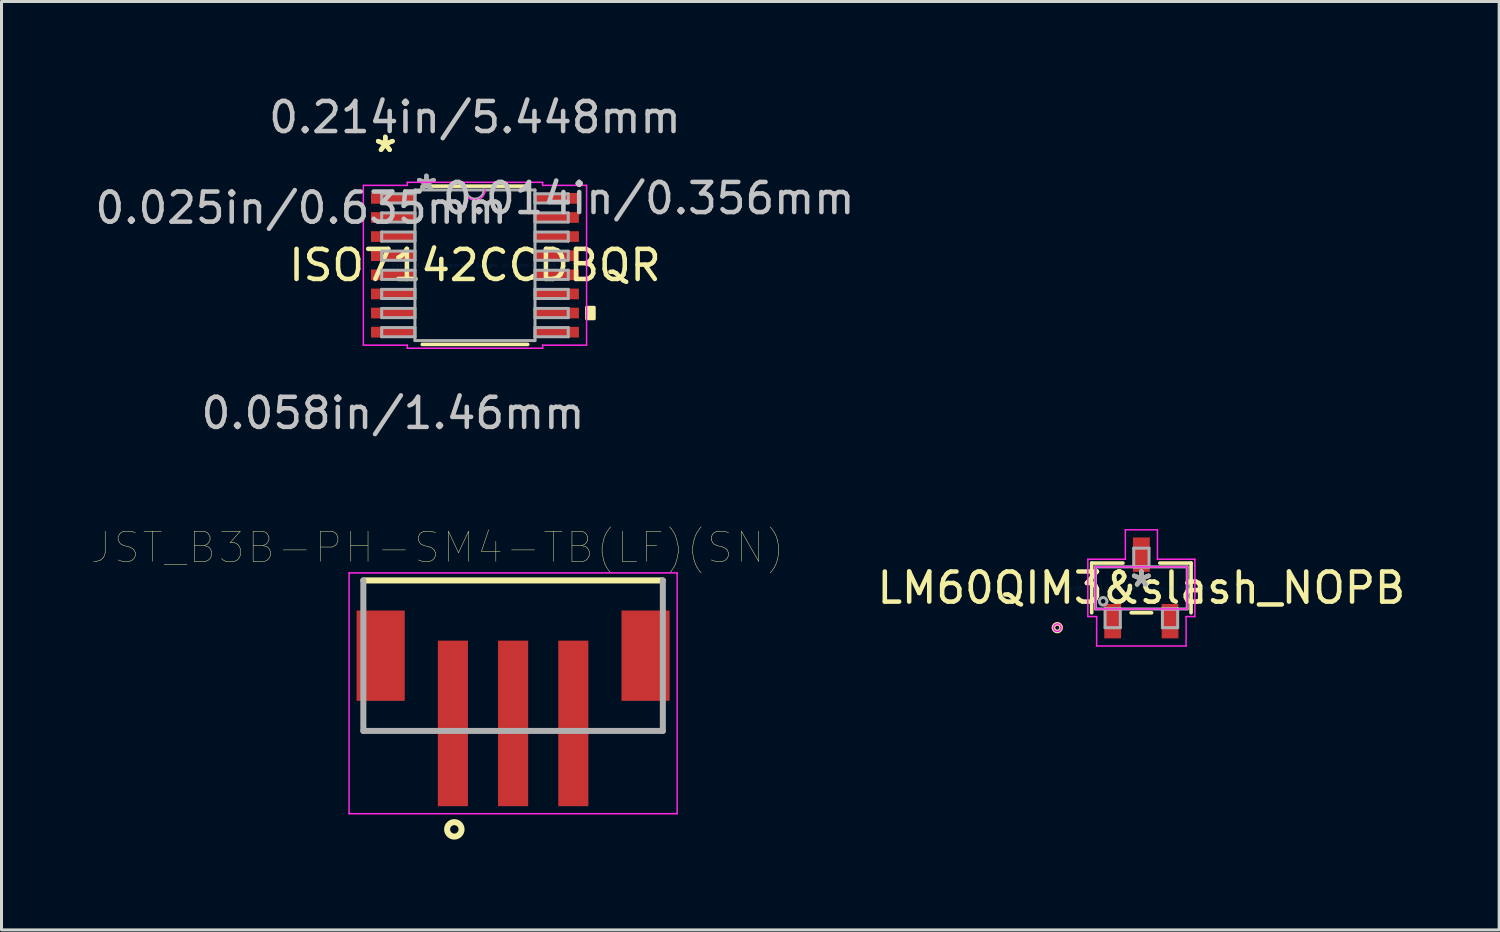
<source format=kicad_pcb>
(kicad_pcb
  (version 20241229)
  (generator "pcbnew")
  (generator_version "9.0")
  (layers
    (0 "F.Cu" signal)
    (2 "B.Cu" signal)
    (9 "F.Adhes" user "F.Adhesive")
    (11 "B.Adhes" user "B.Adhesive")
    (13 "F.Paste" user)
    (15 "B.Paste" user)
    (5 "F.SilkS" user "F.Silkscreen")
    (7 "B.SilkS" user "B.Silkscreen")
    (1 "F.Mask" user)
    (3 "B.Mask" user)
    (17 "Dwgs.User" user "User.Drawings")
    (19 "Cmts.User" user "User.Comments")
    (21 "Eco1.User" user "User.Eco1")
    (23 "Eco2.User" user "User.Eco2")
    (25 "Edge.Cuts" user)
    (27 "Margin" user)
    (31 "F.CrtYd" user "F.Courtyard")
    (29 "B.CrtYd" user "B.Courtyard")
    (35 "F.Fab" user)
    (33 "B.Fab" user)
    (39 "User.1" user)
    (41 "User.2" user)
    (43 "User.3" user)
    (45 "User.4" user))
  (footprint "ISO7142CCDBQR"
    (layer "F.Cu")
    (at 12.73 5.763)
    (property "Reference" "ISO7142CCDBQR" (at 0 0 0) (layer "F.SilkS") (effects (font (size 1 1) (thickness 0.15))))
    (attr through_hole)
    (fp_line (start -1.752 2.629) (end 1.752 2.629) (stroke (width 0.12) (type solid)) (layer "F.SilkS"))
    (fp_line (start 1.752 -2.629) (end -1.752 -2.629) (stroke (width 0.12) (type solid)) (layer "F.SilkS"))
    (fp_poly (pts (xy 3.962 1.397) (xy 3.962 1.778) (xy 3.708 1.778) (xy 3.708 1.397)) (stroke (width 0.1) (type solid)) (fill yes) (layer "F.SilkS"))
    (fp_line (start -3.708 -2.654) (end -2.248 -2.654) (stroke (width 0.05) (type solid)) (layer "F.CrtYd"))
    (fp_line (start -3.708 2.654) (end -3.708 -2.654) (stroke (width 0.05) (type solid)) (layer "F.CrtYd"))
    (fp_line (start -2.248 -2.756) (end 2.248 -2.756) (stroke (width 0.05) (type solid)) (layer "F.CrtYd"))
    (fp_line (start -2.248 -2.654) (end -2.248 -2.756) (stroke (width 0.05) (type solid)) (layer "F.CrtYd"))
    (fp_line (start -2.248 2.654) (end -3.708 2.654) (stroke (width 0.05) (type solid)) (layer "F.CrtYd"))
    (fp_line (start -2.248 2.756) (end -2.248 2.654) (stroke (width 0.05) (type solid)) (layer "F.CrtYd"))
    (fp_line (start 2.248 -2.756) (end 2.248 -2.654) (stroke (width 0.05) (type solid)) (layer "F.CrtYd"))
    (fp_line (start 2.248 -2.654) (end 3.708 -2.654) (stroke (width 0.05) (type solid)) (layer "F.CrtYd"))
    (fp_line (start 2.248 2.654) (end 2.248 2.756) (stroke (width 0.05) (type solid)) (layer "F.CrtYd"))
    (fp_line (start 2.248 2.756) (end -2.248 2.756) (stroke (width 0.05) (type solid)) (layer "F.CrtYd"))
    (fp_line (start 3.708 -2.654) (end 3.708 2.654) (stroke (width 0.05) (type solid)) (layer "F.CrtYd"))
    (fp_line (start 3.708 2.654) (end 2.248 2.654) (stroke (width 0.05) (type solid)) (layer "F.CrtYd"))
    (fp_arc (start 0.332317 -2.5019) (mid 0 -2.169583) (end -0.332317 -2.5019) (stroke (width 0.05) (type solid)) (layer "F.CrtYd"))
    (fp_line (start -3.099 -2.375) (end -3.099 -2.07) (stroke (width 0.1) (type solid)) (layer "F.Fab"))
    (fp_line (start -3.099 -2.07) (end -1.994 -2.07) (stroke (width 0.1) (type solid)) (layer "F.Fab"))
    (fp_line (start -3.099 -1.74) (end -3.099 -1.435) (stroke (width 0.1) (type solid)) (layer "F.Fab"))
    (fp_line (start -3.099 -1.435) (end -1.994 -1.435) (stroke (width 0.1) (type solid)) (layer "F.Fab"))
    (fp_line (start -3.099 -1.105) (end -3.099 -0.8) (stroke (width 0.1) (type solid)) (layer "F.Fab"))
    (fp_line (start -3.099 -0.8) (end -1.994 -0.8) (stroke (width 0.1) (type solid)) (layer "F.Fab"))
    (fp_line (start -3.099 -0.47) (end -3.099 -0.165) (stroke (width 0.1) (type solid)) (layer "F.Fab"))
    (fp_line (start -3.099 -0.165) (end -1.994 -0.165) (stroke (width 0.1) (type solid)) (layer "F.Fab"))
    (fp_line (start -3.099 0.165) (end -3.099 0.47) (stroke (width 0.1) (type solid)) (layer "F.Fab"))
    (fp_line (start -3.099 0.47) (end -1.994 0.47) (stroke (width 0.1) (type solid)) (layer "F.Fab"))
    (fp_line (start -3.099 0.8) (end -3.099 1.105) (stroke (width 0.1) (type solid)) (layer "F.Fab"))
    (fp_line (start -3.099 1.105) (end -1.994 1.105) (stroke (width 0.1) (type solid)) (layer "F.Fab"))
    (fp_line (start -3.099 1.435) (end -3.099 1.74) (stroke (width 0.1) (type solid)) (layer "F.Fab"))
    (fp_line (start -3.099 1.74) (end -1.994 1.74) (stroke (width 0.1) (type solid)) (layer "F.Fab"))
    (fp_line (start -3.099 2.07) (end -3.099 2.375) (stroke (width 0.1) (type solid)) (layer "F.Fab"))
    (fp_line (start -3.099 2.375) (end -1.994 2.375) (stroke (width 0.1) (type solid)) (layer "F.Fab"))
    (fp_line (start -1.994 -2.502) (end -1.994 2.502) (stroke (width 0.1) (type solid)) (layer "F.Fab"))
    (fp_line (start -1.994 -2.375) (end -3.099 -2.375) (stroke (width 0.1) (type solid)) (layer "F.Fab"))
    (fp_line (start -1.994 -2.07) (end -1.994 -2.375) (stroke (width 0.1) (type solid)) (layer "F.Fab"))
    (fp_line (start -1.994 -1.74) (end -3.099 -1.74) (stroke (width 0.1) (type solid)) (layer "F.Fab"))
    (fp_line (start -1.994 -1.435) (end -1.994 -1.74) (stroke (width 0.1) (type solid)) (layer "F.Fab"))
    (fp_line (start -1.994 -1.105) (end -3.099 -1.105) (stroke (width 0.1) (type solid)) (layer "F.Fab"))
    (fp_line (start -1.994 -0.8) (end -1.994 -1.105) (stroke (width 0.1) (type solid)) (layer "F.Fab"))
    (fp_line (start -1.994 -0.47) (end -3.099 -0.47) (stroke (width 0.1) (type solid)) (layer "F.Fab"))
    (fp_line (start -1.994 -0.165) (end -1.994 -0.47) (stroke (width 0.1) (type solid)) (layer "F.Fab"))
    (fp_line (start -1.994 0.165) (end -3.099 0.165) (stroke (width 0.1) (type solid)) (layer "F.Fab"))
    (fp_line (start -1.994 0.47) (end -1.994 0.165) (stroke (width 0.1) (type solid)) (layer "F.Fab"))
    (fp_line (start -1.994 0.8) (end -3.099 0.8) (stroke (width 0.1) (type solid)) (layer "F.Fab"))
    (fp_line (start -1.994 1.105) (end -1.994 0.8) (stroke (width 0.1) (type solid)) (layer "F.Fab"))
    (fp_line (start -1.994 1.435) (end -3.099 1.435) (stroke (width 0.1) (type solid)) (layer "F.Fab"))
    (fp_line (start -1.994 1.74) (end -1.994 1.435) (stroke (width 0.1) (type solid)) (layer "F.Fab"))
    (fp_line (start -1.994 2.07) (end -3.099 2.07) (stroke (width 0.1) (type solid)) (layer "F.Fab"))
    (fp_line (start -1.994 2.375) (end -1.994 2.07) (stroke (width 0.1) (type solid)) (layer "F.Fab"))
    (fp_line (start -1.994 2.502) (end 1.994 2.502) (stroke (width 0.1) (type solid)) (layer "F.Fab"))
    (fp_line (start 1.994 -2.502) (end -1.994 -2.502) (stroke (width 0.1) (type solid)) (layer "F.Fab"))
    (fp_line (start 1.994 -2.375) (end 1.994 -2.07) (stroke (width 0.1) (type solid)) (layer "F.Fab"))
    (fp_line (start 1.994 -2.07) (end 3.099 -2.07) (stroke (width 0.1) (type solid)) (layer "F.Fab"))
    (fp_line (start 1.994 -1.74) (end 1.994 -1.435) (stroke (width 0.1) (type solid)) (layer "F.Fab"))
    (fp_line (start 1.994 -1.435) (end 3.099 -1.435) (stroke (width 0.1) (type solid)) (layer "F.Fab"))
    (fp_line (start 1.994 -1.105) (end 1.994 -0.8) (stroke (width 0.1) (type solid)) (layer "F.Fab"))
    (fp_line (start 1.994 -0.8) (end 3.099 -0.8) (stroke (width 0.1) (type solid)) (layer "F.Fab"))
    (fp_line (start 1.994 -0.47) (end 1.994 -0.165) (stroke (width 0.1) (type solid)) (layer "F.Fab"))
    (fp_line (start 1.994 -0.165) (end 3.099 -0.165) (stroke (width 0.1) (type solid)) (layer "F.Fab"))
    (fp_line (start 1.994 0.165) (end 1.994 0.47) (stroke (width 0.1) (type solid)) (layer "F.Fab"))
    (fp_line (start 1.994 0.47) (end 3.099 0.47) (stroke (width 0.1) (type solid)) (layer "F.Fab"))
    (fp_line (start 1.994 0.8) (end 1.994 1.105) (stroke (width 0.1) (type solid)) (layer "F.Fab"))
    (fp_line (start 1.994 1.105) (end 3.099 1.105) (stroke (width 0.1) (type solid)) (layer "F.Fab"))
    (fp_line (start 1.994 1.435) (end 1.994 1.74) (stroke (width 0.1) (type solid)) (layer "F.Fab"))
    (fp_line (start 1.994 1.74) (end 3.099 1.74) (stroke (width 0.1) (type solid)) (layer "F.Fab"))
    (fp_line (start 1.994 2.07) (end 1.994 2.375) (stroke (width 0.1) (type solid)) (layer "F.Fab"))
    (fp_line (start 1.994 2.375) (end 3.099 2.375) (stroke (width 0.1) (type solid)) (layer "F.Fab"))
    (fp_line (start 1.994 2.502) (end 1.994 -2.502) (stroke (width 0.1) (type solid)) (layer "F.Fab"))
    (fp_line (start 3.099 -2.375) (end 1.994 -2.375) (stroke (width 0.1) (type solid)) (layer "F.Fab"))
    (fp_line (start 3.099 -2.07) (end 3.099 -2.375) (stroke (width 0.1) (type solid)) (layer "F.Fab"))
    (fp_line (start 3.099 -1.74) (end 1.994 -1.74) (stroke (width 0.1) (type solid)) (layer "F.Fab"))
    (fp_line (start 3.099 -1.435) (end 3.099 -1.74) (stroke (width 0.1) (type solid)) (layer "F.Fab"))
    (fp_line (start 3.099 -1.105) (end 1.994 -1.105) (stroke (width 0.1) (type solid)) (layer "F.Fab"))
    (fp_line (start 3.099 -0.8) (end 3.099 -1.105) (stroke (width 0.1) (type solid)) (layer "F.Fab"))
    (fp_line (start 3.099 -0.47) (end 1.994 -0.47) (stroke (width 0.1) (type solid)) (layer "F.Fab"))
    (fp_line (start 3.099 -0.165) (end 3.099 -0.47) (stroke (width 0.1) (type solid)) (layer "F.Fab"))
    (fp_line (start 3.099 0.165) (end 1.994 0.165) (stroke (width 0.1) (type solid)) (layer "F.Fab"))
    (fp_line (start 3.099 0.47) (end 3.099 0.165) (stroke (width 0.1) (type solid)) (layer "F.Fab"))
    (fp_line (start 3.099 0.8) (end 1.994 0.8) (stroke (width 0.1) (type solid)) (layer "F.Fab"))
    (fp_line (start 3.099 1.105) (end 3.099 0.8) (stroke (width 0.1) (type solid)) (layer "F.Fab"))
    (fp_line (start 3.099 1.435) (end 1.994 1.435) (stroke (width 0.1) (type solid)) (layer "F.Fab"))
    (fp_line (start 3.099 1.74) (end 3.099 1.435) (stroke (width 0.1) (type solid)) (layer "F.Fab"))
    (fp_line (start 3.099 2.07) (end 1.994 2.07) (stroke (width 0.1) (type solid)) (layer "F.Fab"))
    (fp_line (start 3.099 2.375) (end 3.099 2.07) (stroke (width 0.1) (type solid)) (layer "F.Fab"))
    (fp_arc (start 0.3048 -2.5019) (mid 0 -2.1971) (end -0.3048 -2.5019) (stroke (width 0.1) (type solid)) (layer "F.Fab"))
    (fp_text user "*" (at -2.978 -3.721 0) (layer "F.SilkS") (effects (font (size 1 1) (thickness 0.15))))
    (fp_text user "*" (at -2.978 -3.721 0) (layer "F.SilkS") (effects (font (size 1 1) (thickness 0.15))))
    (fp_text user "0.025in/0.635mm" (at -5.772 -1.905 0) (layer "Dwgs.User") (effects (font (size 1 1) (thickness 0.15))))
    (fp_text user "0.058in/1.46mm" (at -2.724 4.915 0) (layer "Dwgs.User") (effects (font (size 1 1) (thickness 0.15))))
    (fp_text user "0.014in/0.356mm" (at 5.772 -2.223 0) (layer "Dwgs.User") (effects (font (size 1 1) (thickness 0.15))))
    (fp_text user "0.214in/5.448mm" (at 0 -4.915 0) (layer "Dwgs.User") (effects (font (size 1 1) (thickness 0.15))))
    (fp_text user "Copyright 2021 Accelerated Designs. All rights reserved." (at 0 0 0) (layer "Cmts.User") (effects (font (size 0.127 0.127) (thickness 0.002))))
    (fp_text user "*" (at -1.613 -2.426 0) (layer "F.Fab") (effects (font (size 1 1) (thickness 0.15))))
    (fp_text user "*" (at -1.613 -2.426 0) (layer "F.Fab") (effects (font (size 1 1) (thickness 0.15))))
    (pad "1" smd rect (at -2.724 -2.223) (size 1.46 0.356) (layers "F.Cu" "F.Mask" "F.Paste"))
    (pad "2" smd rect (at -2.724 -1.587) (size 1.46 0.356) (layers "F.Cu" "F.Mask" "F.Paste"))
    (pad "3" smd rect (at -2.724 -0.953) (size 1.46 0.356) (layers "F.Cu" "F.Mask" "F.Paste"))
    (pad "4" smd rect (at -2.724 -0.318) (size 1.46 0.356) (layers "F.Cu" "F.Mask" "F.Paste"))
    (pad "5" smd rect (at -2.724 0.318) (size 1.46 0.356) (layers "F.Cu" "F.Mask" "F.Paste"))
    (pad "6" smd rect (at -2.724 0.953) (size 1.46 0.356) (layers "F.Cu" "F.Mask" "F.Paste"))
    (pad "7" smd rect (at -2.724 1.587) (size 1.46 0.356) (layers "F.Cu" "F.Mask" "F.Paste"))
    (pad "8" smd rect (at -2.724 2.223) (size 1.46 0.356) (layers "F.Cu" "F.Mask" "F.Paste"))
    (pad "9" smd rect (at 2.724 2.223) (size 1.46 0.356) (layers "F.Cu" "F.Mask" "F.Paste"))
    (pad "10" smd rect (at 2.724 1.587) (size 1.46 0.356) (layers "F.Cu" "F.Mask" "F.Paste"))
    (pad "11" smd rect (at 2.724 0.953) (size 1.46 0.356) (layers "F.Cu" "F.Mask" "F.Paste"))
    (pad "12" smd rect (at 2.724 0.318) (size 1.46 0.356) (layers "F.Cu" "F.Mask" "F.Paste"))
    (pad "13" smd rect (at 2.724 -0.318) (size 1.46 0.356) (layers "F.Cu" "F.Mask" "F.Paste"))
    (pad "14" smd rect (at 2.724 -0.953) (size 1.46 0.356) (layers "F.Cu" "F.Mask" "F.Paste"))
    (pad "15" smd rect (at 2.724 -1.587) (size 1.46 0.356) (layers "F.Cu" "F.Mask" "F.Paste"))
    (pad "16" smd rect (at 2.724 -2.223) (size 1.46 0.356) (layers "F.Cu" "F.Mask" "F.Paste")))
  (footprint "JST_B3B-PH-SM4-TB(LF)(SN)"
    (layer "F.Cu")
    (at 13.997 18.734)
    (property "Reference" "JST_B3B-PH-SM4-TB(LF)(SN)" (at -2.506 -3.596 0) (layer "F.SilkS") (effects (font (size 1.002 1.002) (thickness 0.015))))
    (attr through_hole)
    (fp_line (start -4.975 -2.5) (end 4.975 -2.5) (stroke (width 0.2) (type solid)) (layer "F.SilkS"))
    (fp_circle (center -1.953 5.77) (end -1.713 5.77) (stroke (width 0.2) (type solid)) (fill no) (layer "F.SilkS"))
    (fp_line (start -5.45 -2.75) (end 5.45 -2.75) (stroke (width 0.05) (type solid)) (layer "F.CrtYd"))
    (fp_line (start -5.45 5.25) (end -5.45 -2.75) (stroke (width 0.05) (type solid)) (layer "F.CrtYd"))
    (fp_line (start 5.45 -2.75) (end 5.45 5.25) (stroke (width 0.05) (type solid)) (layer "F.CrtYd"))
    (fp_line (start 5.45 5.25) (end -5.45 5.25) (stroke (width 0.05) (type solid)) (layer "F.CrtYd"))
    (fp_line (start -4.975 2.5) (end -4.975 -2.5) (stroke (width 0.2) (type solid)) (layer "F.Fab"))
    (fp_line (start 4.975 -2.5) (end 4.975 2.5) (stroke (width 0.2) (type solid)) (layer "F.Fab"))
    (fp_line (start 4.975 2.5) (end -4.975 2.5) (stroke (width 0.2) (type solid)) (layer "F.Fab"))
    (pad "1" smd rect (at -2 2.25) (size 1 5.5) (layers "F.Cu" "F.Mask" "F.Paste"))
    (pad "2" smd rect (at 0 2.25) (size 1 5.5) (layers "F.Cu" "F.Mask" "F.Paste"))
    (pad "3" smd rect (at 2 2.25) (size 1 5.5) (layers "F.Cu" "F.Mask" "F.Paste"))
    (pad "4" smd rect (at 4.4 0) (size 1.6 3) (layers "F.Cu" "F.Mask" "F.Paste"))
    (pad "5" smd rect (at -4.4 0) (size 1.6 3) (layers "F.Cu" "F.Mask" "F.Paste")))
  (footprint "LM60QIM3&slash_NOPB"
    (layer "F.Cu")
    (at 34.87 16.482)
    (property "Reference" "LM60QIM3&slash_NOPB" (at 0 0 0) (layer "F.SilkS") (effects (font (size 1 1) (thickness 0.15))))
    (attr through_hole)
    (fp_line (start -1.651 -0.826) (end -1.651 0.826) (stroke (width 0.12) (type solid)) (layer "F.SilkS"))
    (fp_line (start -0.612 -0.826) (end -1.651 -0.826) (stroke (width 0.12) (type solid)) (layer "F.SilkS"))
    (fp_line (start -0.34 0.826) (end 0.34 0.826) (stroke (width 0.12) (type solid)) (layer "F.SilkS"))
    (fp_line (start 1.651 -0.826) (end 0.612 -0.826) (stroke (width 0.12) (type solid)) (layer "F.SilkS"))
    (fp_line (start 1.651 0.826) (end 1.651 -0.826) (stroke (width 0.12) (type solid)) (layer "F.SilkS"))
    (fp_circle (center -2.794 1.321) (end -2.667 1.321) (stroke (width 0.12) (type solid)) (fill no) (layer "F.SilkS"))
    (fp_line (start -1.778 -0.953) (end -0.533 -0.953) (stroke (width 0.05) (type solid)) (layer "F.CrtYd"))
    (fp_line (start -1.778 0.953) (end -1.778 -0.953) (stroke (width 0.05) (type solid)) (layer "F.CrtYd"))
    (fp_line (start -1.524 -0.699) (end 1.524 -0.699) (stroke (width 0.05) (type solid)) (layer "F.CrtYd"))
    (fp_line (start -1.524 0.699) (end -1.524 -0.699) (stroke (width 0.05) (type solid)) (layer "F.CrtYd"))
    (fp_line (start -1.486 0.953) (end -1.778 0.953) (stroke (width 0.05) (type solid)) (layer "F.CrtYd"))
    (fp_line (start -1.486 1.93) (end -1.486 0.953) (stroke (width 0.05) (type solid)) (layer "F.CrtYd"))
    (fp_line (start -0.533 -1.93) (end 0.533 -1.93) (stroke (width 0.05) (type solid)) (layer "F.CrtYd"))
    (fp_line (start -0.533 -0.953) (end -0.533 -1.93) (stroke (width 0.05) (type solid)) (layer "F.CrtYd"))
    (fp_line (start 0.533 -1.93) (end 0.533 -0.953) (stroke (width 0.05) (type solid)) (layer "F.CrtYd"))
    (fp_line (start 0.533 -0.953) (end 1.778 -0.953) (stroke (width 0.05) (type solid)) (layer "F.CrtYd"))
    (fp_line (start 1.486 0.953) (end 1.486 1.93) (stroke (width 0.05) (type solid)) (layer "F.CrtYd"))
    (fp_line (start 1.486 1.93) (end -1.486 1.93) (stroke (width 0.05) (type solid)) (layer "F.CrtYd"))
    (fp_line (start 1.524 -0.699) (end 1.524 0.699) (stroke (width 0.05) (type solid)) (layer "F.CrtYd"))
    (fp_line (start 1.524 0.699) (end -1.524 0.699) (stroke (width 0.05) (type solid)) (layer "F.CrtYd"))
    (fp_line (start 1.778 -0.953) (end 1.778 0.953) (stroke (width 0.05) (type solid)) (layer "F.CrtYd"))
    (fp_line (start 1.778 0.953) (end 1.486 0.953) (stroke (width 0.05) (type solid)) (layer "F.CrtYd"))
    (fp_circle (center -2.794 1.321) (end -2.667 1.321) (stroke (width 0.05) (type solid)) (fill no) (layer "F.CrtYd"))
    (fp_line (start -1.524 -0.699) (end -1.524 0.699) (stroke (width 0.1) (type solid)) (layer "F.Fab"))
    (fp_line (start -1.524 0.699) (end 1.524 0.699) (stroke (width 0.1) (type solid)) (layer "F.Fab"))
    (fp_line (start -1.206 0.699) (end -1.206 1.321) (stroke (width 0.1) (type solid)) (layer "F.Fab"))
    (fp_line (start -1.206 1.321) (end -0.699 1.321) (stroke (width 0.1) (type solid)) (layer "F.Fab"))
    (fp_line (start -0.699 0.699) (end -1.206 0.699) (stroke (width 0.1) (type solid)) (layer "F.Fab"))
    (fp_line (start -0.699 1.321) (end -0.699 0.699) (stroke (width 0.1) (type solid)) (layer "F.Fab"))
    (fp_line (start -0.254 -1.321) (end -0.254 -0.699) (stroke (width 0.1) (type solid)) (layer "F.Fab"))
    (fp_line (start -0.254 -0.699) (end 0.254 -0.699) (stroke (width 0.1) (type solid)) (layer "F.Fab"))
    (fp_line (start 0.254 -1.321) (end -0.254 -1.321) (stroke (width 0.1) (type solid)) (layer "F.Fab"))
    (fp_line (start 0.254 -0.699) (end 0.254 -1.321) (stroke (width 0.1) (type solid)) (layer "F.Fab"))
    (fp_line (start 0.699 0.699) (end 0.699 1.321) (stroke (width 0.1) (type solid)) (layer "F.Fab"))
    (fp_line (start 0.699 1.321) (end 1.206 1.321) (stroke (width 0.1) (type solid)) (layer "F.Fab"))
    (fp_line (start 1.206 0.699) (end 0.699 0.699) (stroke (width 0.1) (type solid)) (layer "F.Fab"))
    (fp_line (start 1.206 1.321) (end 1.206 0.699) (stroke (width 0.1) (type solid)) (layer "F.Fab"))
    (fp_line (start 1.524 -0.699) (end -1.524 -0.699) (stroke (width 0.1) (type solid)) (layer "F.Fab"))
    (fp_line (start 1.524 0.699) (end 1.524 -0.699) (stroke (width 0.1) (type solid)) (layer "F.Fab"))
    (fp_circle (center -1.27 0.445) (end -1.143 0.445) (stroke (width 0.1) (type solid)) (fill no) (layer "F.Fab"))
    (fp_text user "*" (at 0 0 0) (layer "F.SilkS") (effects (font (size 1 1) (thickness 0.15))))
    (fp_text user "Copyright 2021 Accelerated Designs. All rights reserved." (at 0 0 0) (layer "Cmts.User") (effects (font (size 0.127 0.127) (thickness 0.002))))
    (fp_text user "*" (at 0 0 0) (layer "F.Fab") (effects (font (size 1 1) (thickness 0.15))))
    (pad "1" smd rect (at -0.953 1.105) (size 0.559 1.143) (layers "F.Cu" "F.Mask" "F.Paste"))
    (pad "2" smd rect (at 0.953 1.105) (size 0.559 1.143) (layers "F.Cu" "F.Mask" "F.Paste"))
    (pad "3" smd rect (at 0 -1.105) (size 0.559 1.143) (layers "F.Cu" "F.Mask" "F.Paste")))
  (gr_rect
    (start -3 -3)
    (end 46.757 27.844)
    (stroke (width 0.1) (type default))
    (fill no)
    (layer "Edge.Cuts")))
</source>
